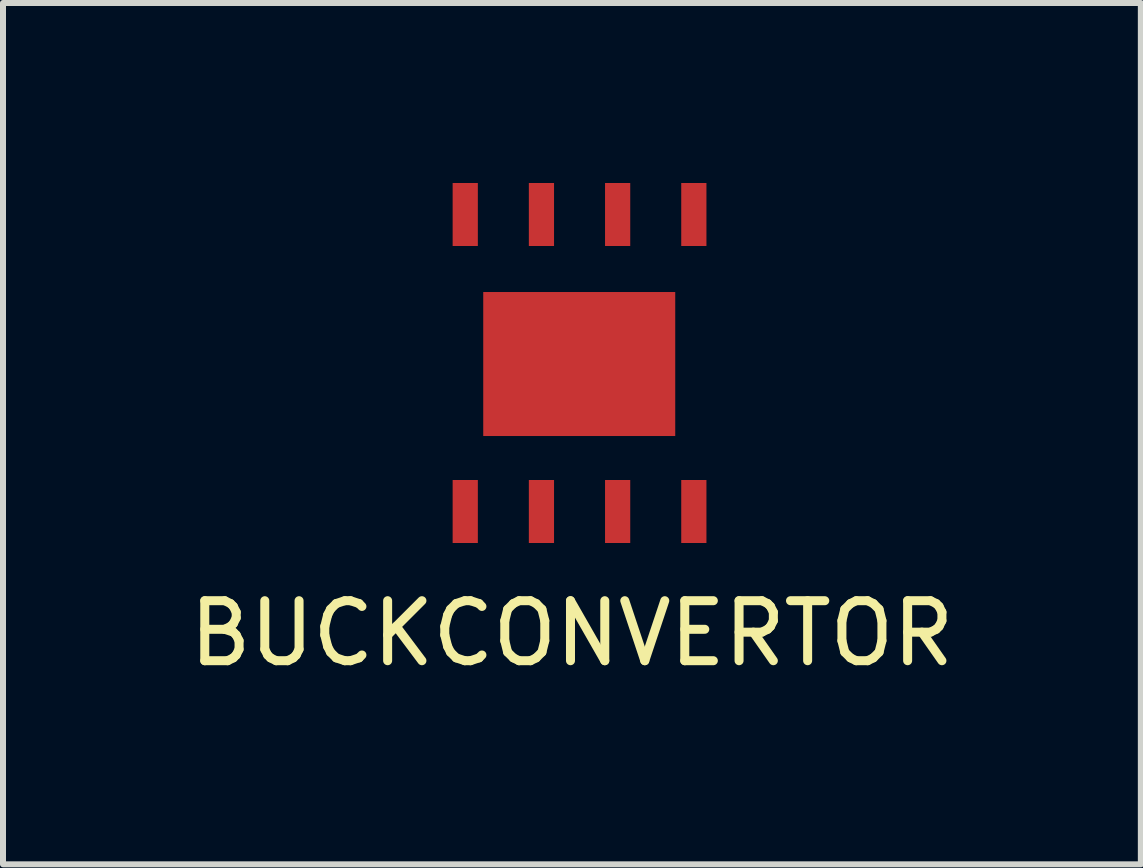
<source format=kicad_pcb>
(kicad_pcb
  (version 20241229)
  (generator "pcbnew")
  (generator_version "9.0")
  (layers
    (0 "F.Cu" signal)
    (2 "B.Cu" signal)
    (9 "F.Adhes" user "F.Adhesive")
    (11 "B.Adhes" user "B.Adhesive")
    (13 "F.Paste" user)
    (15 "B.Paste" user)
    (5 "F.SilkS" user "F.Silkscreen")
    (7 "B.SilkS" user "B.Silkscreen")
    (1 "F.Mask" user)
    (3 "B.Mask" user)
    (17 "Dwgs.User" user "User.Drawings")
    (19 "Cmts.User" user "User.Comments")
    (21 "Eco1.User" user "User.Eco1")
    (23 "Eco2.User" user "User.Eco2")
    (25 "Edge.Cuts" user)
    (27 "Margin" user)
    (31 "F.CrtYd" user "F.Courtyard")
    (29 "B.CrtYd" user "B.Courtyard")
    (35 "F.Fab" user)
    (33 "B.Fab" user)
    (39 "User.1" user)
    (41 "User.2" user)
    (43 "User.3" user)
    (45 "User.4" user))
  (footprint "BUCKCONVERTOR"
    (layer "F.Cu")
    (at 4.704 5.475)
    (property "Reference" "BUCKCONVERTOR" (at 1.778 2.032 0) (layer "F.SilkS") (effects (font (size 1 1) (thickness 0.15))))
    (attr through_hole)
    (pad "" smd rect (at 1.9 -2.458) (size 3.2 2.4) (layers "F.Cu" "F.Mask" "F.Paste"))
    (pad "1" smd rect (at 0 0) (size 0.42 1.05) (layers "F.Cu" "F.Mask" "F.Paste"))
    (pad "2" smd rect (at 1.27 0) (size 0.42 1.05) (layers "F.Cu" "F.Mask" "F.Paste"))
    (pad "3" smd rect (at 2.54 0) (size 0.42 1.05) (layers "F.Cu" "F.Mask" "F.Paste"))
    (pad "4" smd rect (at 3.81 0) (size 0.42 1.05) (layers "F.Cu" "F.Mask" "F.Paste"))
    (pad "5" smd rect (at 3.81 -4.95) (size 0.42 1.05) (layers "F.Cu" "F.Mask" "F.Paste"))
    (pad "6" smd rect (at 2.54 -4.95) (size 0.42 1.05) (layers "F.Cu" "F.Mask" "F.Paste"))
    (pad "7" smd rect (at 1.27 -4.95) (size 0.42 1.05) (layers "F.Cu" "F.Mask" "F.Paste"))
    (pad "8" smd rect (at 0 -4.95) (size 0.42 1.05) (layers "F.Cu" "F.Mask" "F.Paste")))
  (gr_rect
    (start -3 -3)
    (end 15.964 11.355)
    (stroke (width 0.1) (type default))
    (fill no)
    (layer "Edge.Cuts")))
</source>
